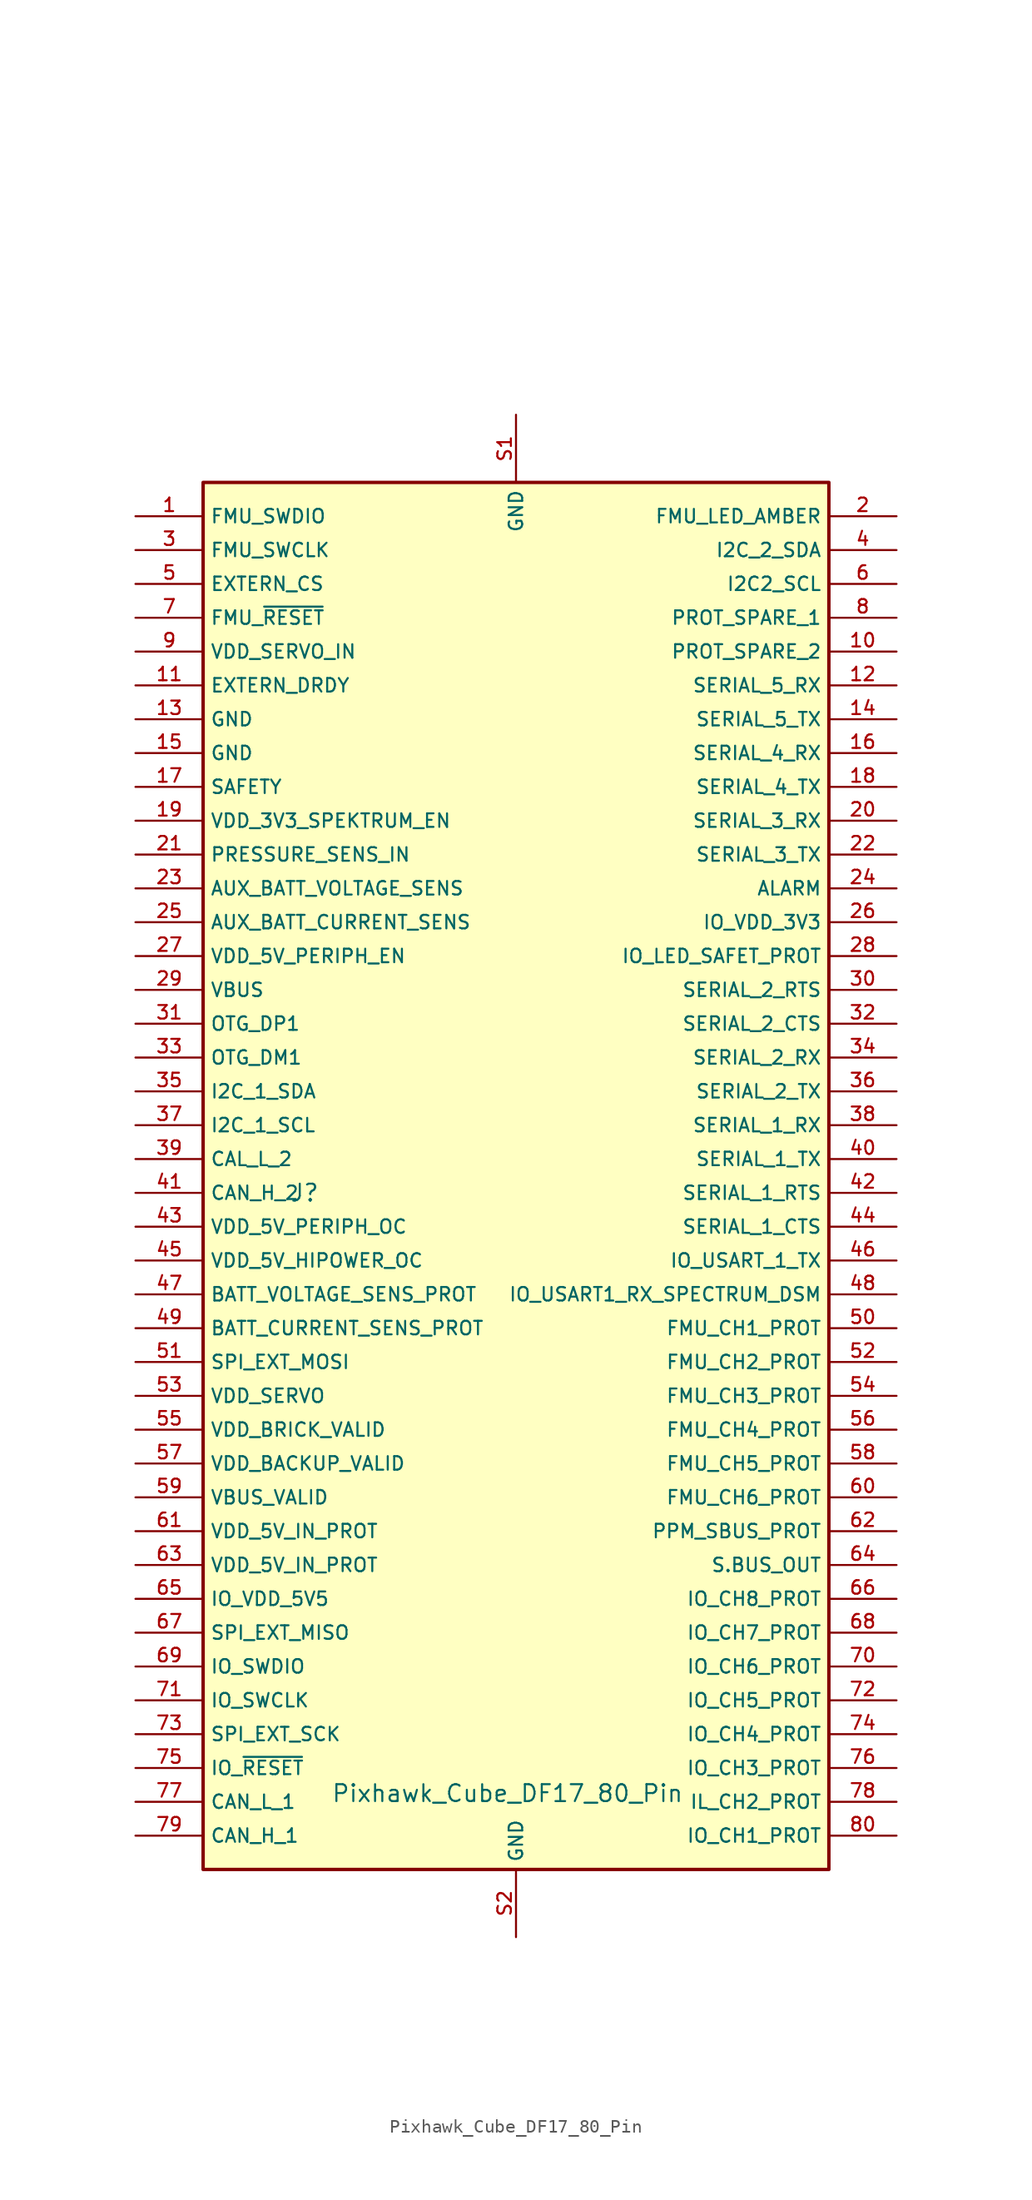
<source format=kicad_sym>
(kicad_symbol_lib
  (version 20211014)
  (generator kicad_symbol_editor)
  (symbol "Pixhawk_Cube_DF17_80_Pin"
    (property "Reference" "J"
      (at -15.875 0 0)
      (effects (font (size 1.27 1.27))))
    (property "Value" "Pixhawk_Cube_DF17_80_Pin"
      (at -0.635 -45.085 0)
      (effects (font (size 1.27 1.27))))
    (symbol "Pixhawk_Cube_DF17_80_Pin_0_0"
      (rectangle (start -23.495 53.34) (end 23.495 -50.8) (stroke (width 0.254) (type default) (color 0 0 0 0)) (fill (type background)))
      (text "" (at 17.78 72.39 0) (effects (font (size 1.27 1.27))))
      (pin bidirectional line (at -28.575 50.8 0) (length 5.08) (name "FMU_SWDIO" (effects (font (size 1.016 1.016)))) (number "1" (effects (font (size 1.016 1.016)))))
      (pin unspecified line (at 28.575 40.64 180) (length 5.08) (name "PROT_SPARE_2" (effects (font (size 1.016 1.016)))) (number "10" (effects (font (size 1.016 1.016)))))
      (pin input line (at -28.575 38.1 0) (length 5.08) (name "EXTERN_DRDY" (effects (font (size 1.016 1.016)))) (number "11" (effects (font (size 1.016 1.016)))))
      (pin input line (at 28.575 38.1 180) (length 5.08) (name "SERIAL_5_RX" (effects (font (size 1.016 1.016)))) (number "12" (effects (font (size 1.016 1.016)))))
      (pin power_in line (at -28.575 35.56 0) (length 5.08) (name "GND" (effects (font (size 1.016 1.016)))) (number "13" (effects (font (size 1.016 1.016)))))
      (pin output line (at 28.575 35.56 180) (length 5.08) (name "SERIAL_5_TX" (effects (font (size 1.016 1.016)))) (number "14" (effects (font (size 1.016 1.016)))))
      (pin power_in line (at -28.575 33.02 0) (length 5.08) (name "GND" (effects (font (size 1.016 1.016)))) (number "15" (effects (font (size 1.016 1.016)))))
      (pin input line (at 28.575 33.02 180) (length 5.08) (name "SERIAL_4_RX" (effects (font (size 1.016 1.016)))) (number "16" (effects (font (size 1.016 1.016)))))
      (pin unspecified line (at -28.575 30.48 0) (length 5.08) (name "SAFETY" (effects (font (size 1.016 1.016)))) (number "17" (effects (font (size 1.016 1.016)))))
      (pin output line (at 28.575 30.48 180) (length 5.08) (name "SERIAL_4_TX" (effects (font (size 1.016 1.016)))) (number "18" (effects (font (size 1.016 1.016)))))
      (pin output line (at -28.575 27.94 0) (length 5.08) (name "VDD_3V3_SPEKTRUM_EN" (effects (font (size 1.016 1.016)))) (number "19" (effects (font (size 1.016 1.016)))))
      (pin output line (at 28.575 50.8 180) (length 5.08) (name "FMU_LED_AMBER" (effects (font (size 1.016 1.016)))) (number "2" (effects (font (size 1.016 1.016)))))
      (pin input line (at 28.575 27.94 180) (length 5.08) (name "SERIAL_3_RX" (effects (font (size 1.016 1.016)))) (number "20" (effects (font (size 1.016 1.016)))))
      (pin input line (at -28.575 25.4 0) (length 5.08) (name "PRESSURE_SENS_IN" (effects (font (size 1.016 1.016)))) (number "21" (effects (font (size 1.016 1.016)))))
      (pin output line (at 28.575 25.4 180) (length 5.08) (name "SERIAL_3_TX" (effects (font (size 1.016 1.016)))) (number "22" (effects (font (size 1.016 1.016)))))
      (pin input line (at -28.575 22.86 0) (length 5.08) (name "AUX_BATT_VOLTAGE_SENS" (effects (font (size 1.016 1.016)))) (number "23" (effects (font (size 1.016 1.016)))))
      (pin output line (at 28.575 22.86 180) (length 5.08) (name "ALARM" (effects (font (size 1.016 1.016)))) (number "24" (effects (font (size 1.016 1.016)))))
      (pin input line (at -28.575 20.32 0) (length 5.08) (name "AUX_BATT_CURRENT_SENS" (effects (font (size 1.016 1.016)))) (number "25" (effects (font (size 1.016 1.016)))))
      (pin input line (at 28.575 20.32 180) (length 5.08) (name "IO_VDD_3V3" (effects (font (size 1.016 1.016)))) (number "26" (effects (font (size 1.016 1.016)))))
      (pin output line (at -28.575 17.78 0) (length 5.08) (name "VDD_5V_PERIPH_EN" (effects (font (size 1.016 1.016)))) (number "27" (effects (font (size 1.016 1.016)))))
      (pin output line (at 28.575 17.78 180) (length 5.08) (name "IO_LED_SAFET_PROT" (effects (font (size 1.016 1.016)))) (number "28" (effects (font (size 1.016 1.016)))))
      (pin input line (at -28.575 15.24 0) (length 5.08) (name "VBUS" (effects (font (size 1.016 1.016)))) (number "29" (effects (font (size 1.016 1.016)))))
      (pin output line (at -28.575 48.26 0) (length 5.08) (name "FMU_SWCLK" (effects (font (size 1.016 1.016)))) (number "3" (effects (font (size 1.016 1.016)))))
      (pin bidirectional line (at 28.575 15.24 180) (length 5.08) (name "SERIAL_2_RTS" (effects (font (size 1.016 1.016)))) (number "30" (effects (font (size 1.016 1.016)))))
      (pin bidirectional line (at -28.575 12.7 0) (length 5.08) (name "OTG_DP1" (effects (font (size 1.016 1.016)))) (number "31" (effects (font (size 1.016 1.016)))))
      (pin bidirectional line (at 28.575 12.7 180) (length 5.08) (name "SERIAL_2_CTS" (effects (font (size 1.016 1.016)))) (number "32" (effects (font (size 1.016 1.016)))))
      (pin bidirectional line (at -28.575 10.16 0) (length 5.08) (name "OTG_DM1" (effects (font (size 1.016 1.016)))) (number "33" (effects (font (size 1.016 1.016)))))
      (pin input line (at 28.575 10.16 180) (length 5.08) (name "SERIAL_2_RX" (effects (font (size 1.016 1.016)))) (number "34" (effects (font (size 1.016 1.016)))))
      (pin bidirectional line (at -28.575 7.62 0) (length 5.08) (name "I2C_1_SDA" (effects (font (size 1.016 1.016)))) (number "35" (effects (font (size 1.016 1.016)))))
      (pin output line (at 28.575 7.62 180) (length 5.08) (name "SERIAL_2_TX" (effects (font (size 1.016 1.016)))) (number "36" (effects (font (size 1.016 1.016)))))
      (pin output line (at -28.575 5.08 0) (length 5.08) (name "I2C_1_SCL" (effects (font (size 1.016 1.016)))) (number "37" (effects (font (size 1.016 1.016)))))
      (pin input line (at 28.575 5.08 180) (length 5.08) (name "SERIAL_1_RX" (effects (font (size 1.016 1.016)))) (number "38" (effects (font (size 1.016 1.016)))))
      (pin bidirectional line (at -28.575 2.54 0) (length 5.08) (name "CAL_L_2" (effects (font (size 1.016 1.016)))) (number "39" (effects (font (size 1.016 1.016)))))
      (pin bidirectional line (at 28.575 48.26 180) (length 5.08) (name "I2C_2_SDA" (effects (font (size 1.016 1.016)))) (number "4" (effects (font (size 1.016 1.016)))))
      (pin output line (at 28.575 2.54 180) (length 5.08) (name "SERIAL_1_TX" (effects (font (size 1.016 1.016)))) (number "40" (effects (font (size 1.016 1.016)))))
      (pin bidirectional line (at -28.575 0 0) (length 5.08) (name "CAN_H_2" (effects (font (size 1.016 1.016)))) (number "41" (effects (font (size 1.016 1.016)))))
      (pin bidirectional line (at 28.575 0 180) (length 5.08) (name "SERIAL_1_RTS" (effects (font (size 1.016 1.016)))) (number "42" (effects (font (size 1.016 1.016)))))
      (pin input line (at -28.575 -2.54 0) (length 5.08) (name "VDD_5V_PERIPH_OC" (effects (font (size 1.016 1.016)))) (number "43" (effects (font (size 1.016 1.016)))))
      (pin bidirectional line (at 28.575 -2.54 180) (length 5.08) (name "SERIAL_1_CTS" (effects (font (size 1.016 1.016)))) (number "44" (effects (font (size 1.016 1.016)))))
      (pin input line (at -28.575 -5.08 0) (length 5.08) (name "VDD_5V_HIPOWER_OC" (effects (font (size 1.016 1.016)))) (number "45" (effects (font (size 1.016 1.016)))))
      (pin output line (at 28.575 -5.08 180) (length 5.08) (name "IO_USART_1_TX" (effects (font (size 1.016 1.016)))) (number "46" (effects (font (size 1.016 1.016)))))
      (pin input line (at -28.575 -7.62 0) (length 5.08) (name "BATT_VOLTAGE_SENS_PROT" (effects (font (size 1.016 1.016)))) (number "47" (effects (font (size 1.016 1.016)))))
      (pin output line (at 28.575 -7.62 180) (length 5.08) (name "IO_USART1_RX_SPECTRUM_DSM" (effects (font (size 1.016 1.016)))) (number "48" (effects (font (size 1.016 1.016)))))
      (pin input line (at -28.575 -10.16 0) (length 5.08) (name "BATT_CURRENT_SENS_PROT" (effects (font (size 1.016 1.016)))) (number "49" (effects (font (size 1.016 1.016)))))
      (pin output line (at -28.575 45.72 0) (length 5.08) (name "EXTERN_CS" (effects (font (size 1.016 1.016)))) (number "5" (effects (font (size 1.016 1.016)))))
      (pin output line (at 28.575 -10.16 180) (length 5.08) (name "FMU_CH1_PROT" (effects (font (size 1.016 1.016)))) (number "50" (effects (font (size 1.016 1.016)))))
      (pin output line (at -28.575 -12.7 0) (length 5.08) (name "SPI_EXT_MOSI" (effects (font (size 1.016 1.016)))) (number "51" (effects (font (size 1.016 1.016)))))
      (pin output line (at 28.575 -12.7 180) (length 5.08) (name "FMU_CH2_PROT" (effects (font (size 1.016 1.016)))) (number "52" (effects (font (size 1.016 1.016)))))
      (pin input line (at -28.575 -15.24 0) (length 5.08) (name "VDD_SERVO" (effects (font (size 1.016 1.016)))) (number "53" (effects (font (size 1.016 1.016)))))
      (pin output line (at 28.575 -15.24 180) (length 5.08) (name "FMU_CH3_PROT" (effects (font (size 1.016 1.016)))) (number "54" (effects (font (size 1.016 1.016)))))
      (pin input line (at -28.575 -17.78 0) (length 5.08) (name "VDD_BRICK_VALID" (effects (font (size 1.016 1.016)))) (number "55" (effects (font (size 1.016 1.016)))))
      (pin output line (at 28.575 -17.78 180) (length 5.08) (name "FMU_CH4_PROT" (effects (font (size 1.016 1.016)))) (number "56" (effects (font (size 1.016 1.016)))))
      (pin input line (at -28.575 -20.32 0) (length 5.08) (name "VDD_BACKUP_VALID" (effects (font (size 1.016 1.016)))) (number "57" (effects (font (size 1.016 1.016)))))
      (pin output line (at 28.575 -20.32 180) (length 5.08) (name "FMU_CH5_PROT" (effects (font (size 1.016 1.016)))) (number "58" (effects (font (size 1.016 1.016)))))
      (pin input line (at -28.575 -22.86 0) (length 5.08) (name "VBUS_VALID" (effects (font (size 1.016 1.016)))) (number "59" (effects (font (size 1.016 1.016)))))
      (pin output line (at 28.575 45.72 180) (length 5.08) (name "I2C2_SCL" (effects (font (size 1.016 1.016)))) (number "6" (effects (font (size 1.016 1.016)))))
      (pin output line (at 28.575 -22.86 180) (length 5.08) (name "FMU_CH6_PROT" (effects (font (size 1.016 1.016)))) (number "60" (effects (font (size 1.016 1.016)))))
      (pin input line (at -28.575 -25.4 0) (length 5.08) (name "VDD_5V_IN_PROT" (effects (font (size 1.016 1.016)))) (number "61" (effects (font (size 1.016 1.016)))))
      (pin input line (at 28.575 -25.4 180) (length 5.08) (name "PPM_SBUS_PROT" (effects (font (size 1.016 1.016)))) (number "62" (effects (font (size 1.016 1.016)))))
      (pin input line (at -28.575 -27.94 0) (length 5.08) (name "VDD_5V_IN_PROT" (effects (font (size 1.016 1.016)))) (number "63" (effects (font (size 1.016 1.016)))))
      (pin output line (at 28.575 -27.94 180) (length 5.08) (name "S.BUS_OUT" (effects (font (size 1.016 1.016)))) (number "64" (effects (font (size 1.016 1.016)))))
      (pin output line (at -28.575 -30.48 0) (length 5.08) (name "IO_VDD_5V5" (effects (font (size 1.016 1.016)))) (number "65" (effects (font (size 1.016 1.016)))))
      (pin output line (at 28.575 -30.48 180) (length 5.08) (name "IO_CH8_PROT" (effects (font (size 1.016 1.016)))) (number "66" (effects (font (size 1.016 1.016)))))
      (pin input line (at -28.575 -33.02 0) (length 5.08) (name "SPI_EXT_MISO" (effects (font (size 1.016 1.016)))) (number "67" (effects (font (size 1.016 1.016)))))
      (pin output line (at 28.575 -33.02 180) (length 5.08) (name "IO_CH7_PROT" (effects (font (size 1.016 1.016)))) (number "68" (effects (font (size 1.016 1.016)))))
      (pin bidirectional line (at -28.575 -35.56 0) (length 5.08) (name "IO_SWDIO" (effects (font (size 1.016 1.016)))) (number "69" (effects (font (size 1.016 1.016)))))
      (pin input line (at -28.575 43.18 0) (length 5.08) (name "FMU_~{RESET}" (effects (font (size 1.016 1.016)))) (number "7" (effects (font (size 1.016 1.016)))))
      (pin output line (at 28.575 -35.56 180) (length 5.08) (name "IO_CH6_PROT" (effects (font (size 1.016 1.016)))) (number "70" (effects (font (size 1.016 1.016)))))
      (pin output line (at -28.575 -38.1 0) (length 5.08) (name "IO_SWCLK" (effects (font (size 1.016 1.016)))) (number "71" (effects (font (size 1.016 1.016)))))
      (pin output line (at 28.575 -38.1 180) (length 5.08) (name "IO_CH5_PROT" (effects (font (size 1.016 1.016)))) (number "72" (effects (font (size 1.016 1.016)))))
      (pin output line (at -28.575 -40.64 0) (length 5.08) (name "SPI_EXT_SCK" (effects (font (size 1.016 1.016)))) (number "73" (effects (font (size 1.016 1.016)))))
      (pin output line (at 28.575 -40.64 180) (length 5.08) (name "IO_CH4_PROT" (effects (font (size 1.016 1.016)))) (number "74" (effects (font (size 1.016 1.016)))))
      (pin passive line (at -28.575 -43.18 0) (length 5.08) (name "IO_~{RESET}" (effects (font (size 1.016 1.016)))) (number "75" (effects (font (size 1.016 1.016)))))
      (pin output line (at 28.575 -43.18 180) (length 5.08) (name "IO_CH3_PROT" (effects (font (size 1.016 1.016)))) (number "76" (effects (font (size 1.016 1.016)))))
      (pin bidirectional line (at -28.575 -45.72 0) (length 5.08) (name "CAN_L_1" (effects (font (size 1.016 1.016)))) (number "77" (effects (font (size 1.016 1.016)))))
      (pin output line (at 28.575 -45.72 180) (length 5.08) (name "IL_CH2_PROT" (effects (font (size 1.016 1.016)))) (number "78" (effects (font (size 1.016 1.016)))))
      (pin bidirectional line (at -28.575 -48.26 0) (length 5.08) (name "CAN_H_1" (effects (font (size 1.016 1.016)))) (number "79" (effects (font (size 1.016 1.016)))))
      (pin unspecified line (at 28.575 43.18 180) (length 5.08) (name "PROT_SPARE_1" (effects (font (size 1.016 1.016)))) (number "8" (effects (font (size 1.016 1.016)))))
      (pin output line (at 28.575 -48.26 180) (length 5.08) (name "IO_CH1_PROT" (effects (font (size 1.016 1.016)))) (number "80" (effects (font (size 1.016 1.016)))))
      (pin input line (at -28.575 40.64 0) (length 5.08) (name "VDD_SERVO_IN" (effects (font (size 1.016 1.016)))) (number "9" (effects (font (size 1.016 1.016)))))
      (pin bidirectional line (at 0 58.42 270) (length 5.08) (name "GND" (effects (font (size 1.016 1.016)))) (number "S1" (effects (font (size 1.016 1.016)))))
      (pin bidirectional line (at 0 -55.88 90) (length 5.08) (name "GND" (effects (font (size 1.016 1.016)))) (number "S2" (effects (font (size 1.016 1.016))))))))
</source>
